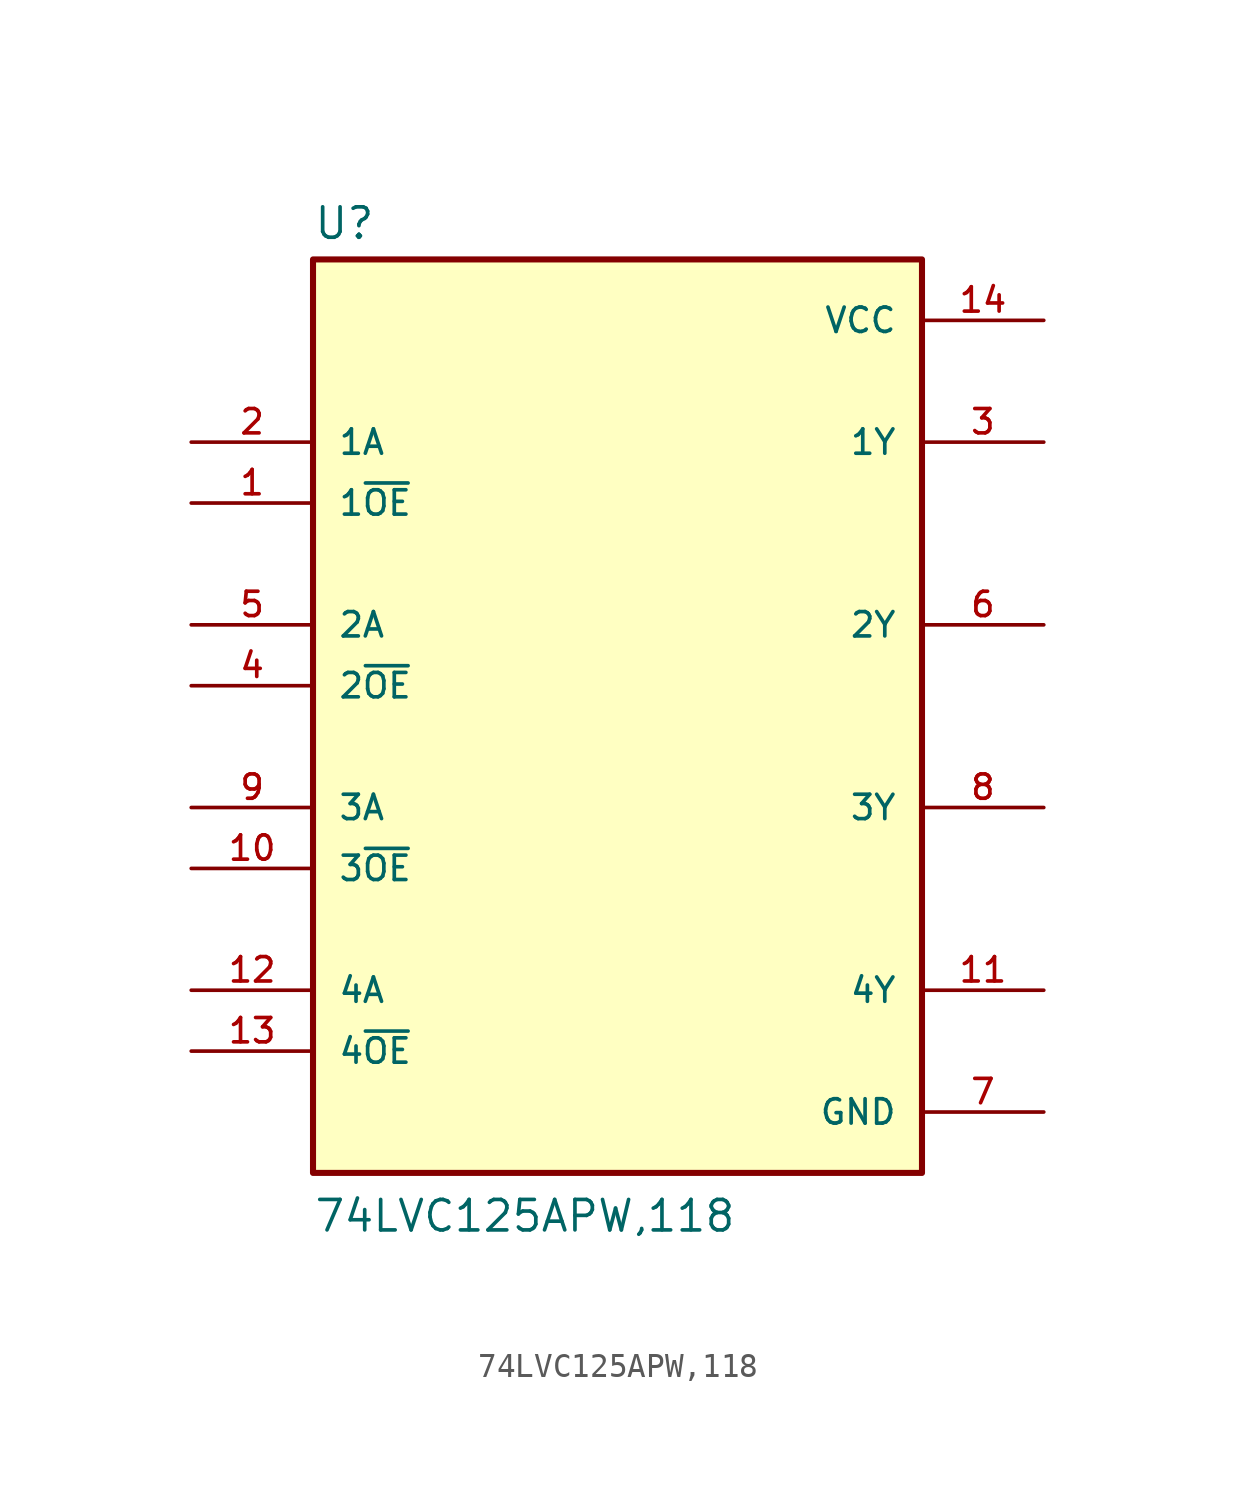
<source format=kicad_sym>
(kicad_symbol_lib
  (version 20211014)
  (generator kicad_symbol_editor)
  (symbol "74LVC125APW,118"
    (pin_names
      (offset 1.016))
    (property "Reference" "U"
      (at -12.7 21.082 0)
      (effects (font (size 1.27 1.27)) (justify bottom left)))
    (property "Value" "74LVC125APW,118"
      (at -12.7 -20.32 0)
      (effects (font (size 1.27 1.27)) (justify bottom left)))
    (symbol "74LVC125APW,118_0_0"
      (rectangle (start -12.7 -17.78) (end 12.7 20.32) (stroke (width 0.254)) (fill (type background)))
      (pin input line (at -17.78 12.7 0) (length 5.08) (name "1A" (effects (font (size 1.016 1.016)))) (number "2" (effects (font (size 1.016 1.016)))))
      (pin input line (at -17.78 5.08 0) (length 5.08) (name "2A" (effects (font (size 1.016 1.016)))) (number "5" (effects (font (size 1.016 1.016)))))
      (pin input line (at -17.78 -2.54 0) (length 5.08) (name "3A" (effects (font (size 1.016 1.016)))) (number "9" (effects (font (size 1.016 1.016)))))
      (pin input line (at -17.78 -10.16 0) (length 5.08) (name "4A" (effects (font (size 1.016 1.016)))) (number "12" (effects (font (size 1.016 1.016)))))
      (pin output line (at 17.78 12.7 180.0) (length 5.08) (name "1Y" (effects (font (size 1.016 1.016)))) (number "3" (effects (font (size 1.016 1.016)))))
      (pin output line (at 17.78 5.08 180.0) (length 5.08) (name "2Y" (effects (font (size 1.016 1.016)))) (number "6" (effects (font (size 1.016 1.016)))))
      (pin output line (at 17.78 -2.54 180.0) (length 5.08) (name "3Y" (effects (font (size 1.016 1.016)))) (number "8" (effects (font (size 1.016 1.016)))))
      (pin output line (at 17.78 -10.16 180.0) (length 5.08) (name "4Y" (effects (font (size 1.016 1.016)))) (number "11" (effects (font (size 1.016 1.016)))))
      (pin power_in line (at 17.78 17.78 180.0) (length 5.08) (name "VCC" (effects (font (size 1.016 1.016)))) (number "14" (effects (font (size 1.016 1.016)))))
      (pin input line (at -17.78 10.16 0) (length 5.08) (name "1~{OE}" (effects (font (size 1.016 1.016)))) (number "1" (effects (font (size 1.016 1.016)))))
      (pin power_in line (at 17.78 -15.24 180.0) (length 5.08) (name "GND" (effects (font (size 1.016 1.016)))) (number "7" (effects (font (size 1.016 1.016)))))
      (pin input line (at -17.78 2.54 0) (length 5.08) (name "2~{OE}" (effects (font (size 1.016 1.016)))) (number "4" (effects (font (size 1.016 1.016)))))
      (pin input line (at -17.78 -5.08 0) (length 5.08) (name "3~{OE}" (effects (font (size 1.016 1.016)))) (number "10" (effects (font (size 1.016 1.016)))))
      (pin input line (at -17.78 -12.7 0) (length 5.08) (name "4~{OE}" (effects (font (size 1.016 1.016)))) (number "13" (effects (font (size 1.016 1.016))))))))
</source>
